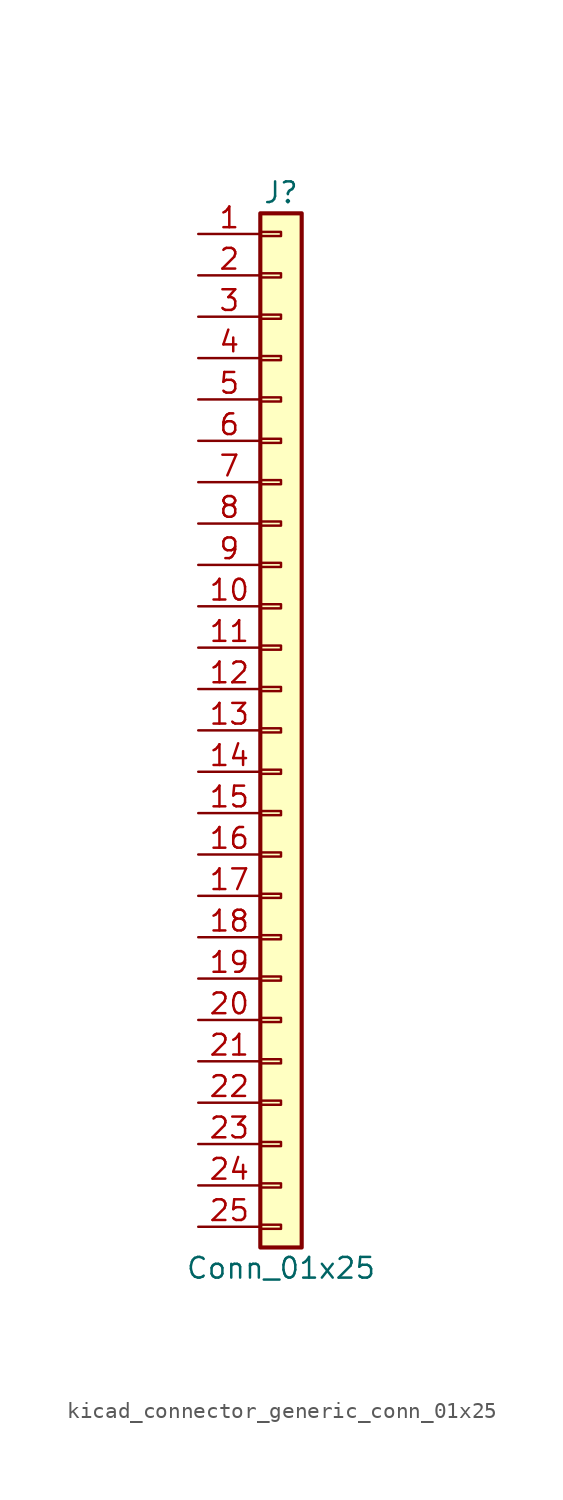
<source format=kicad_sym>
(kicad_symbol_lib
  (version 20220914)
  (generator kicad_symbol_editor)
  (symbol "kicad_connector_generic_conn_01x25"
    (pin_names
      (offset 1.016) hide)
    (property "Reference" "J"
      (at 0 33.02 0)
      (effects (font (size 1.27 1.27))))
    (property "Value" "Conn_01x25"
      (at 0 -33.02 0)
      (effects (font (size 1.27 1.27))))
    (symbol "kicad_connector_generic_conn_01x25_1_1"
      (rectangle (start -1.27 -30.353) (end 0 -30.607) (stroke (width 0.152) (type default)) (fill (type none)))
      (rectangle (start -1.27 -27.813) (end 0 -28.067) (stroke (width 0.152) (type default)) (fill (type none)))
      (rectangle (start -1.27 -25.273) (end 0 -25.527) (stroke (width 0.152) (type default)) (fill (type none)))
      (rectangle (start -1.27 -22.733) (end 0 -22.987) (stroke (width 0.152) (type default)) (fill (type none)))
      (rectangle (start -1.27 -20.193) (end 0 -20.447) (stroke (width 0.152) (type default)) (fill (type none)))
      (rectangle (start -1.27 -17.653) (end 0 -17.907) (stroke (width 0.152) (type default)) (fill (type none)))
      (rectangle (start -1.27 -15.113) (end 0 -15.367) (stroke (width 0.152) (type default)) (fill (type none)))
      (rectangle (start -1.27 -12.573) (end 0 -12.827) (stroke (width 0.152) (type default)) (fill (type none)))
      (rectangle (start -1.27 -10.033) (end 0 -10.287) (stroke (width 0.152) (type default)) (fill (type none)))
      (rectangle (start -1.27 -7.493) (end 0 -7.747) (stroke (width 0.152) (type default)) (fill (type none)))
      (rectangle (start -1.27 -4.953) (end 0 -5.207) (stroke (width 0.152) (type default)) (fill (type none)))
      (rectangle (start -1.27 -2.413) (end 0 -2.667) (stroke (width 0.152) (type default)) (fill (type none)))
      (rectangle (start -1.27 0.127) (end 0 -0.127) (stroke (width 0.152) (type default)) (fill (type none)))
      (rectangle (start -1.27 2.667) (end 0 2.413) (stroke (width 0.152) (type default)) (fill (type none)))
      (rectangle (start -1.27 5.207) (end 0 4.953) (stroke (width 0.152) (type default)) (fill (type none)))
      (rectangle (start -1.27 7.747) (end 0 7.493) (stroke (width 0.152) (type default)) (fill (type none)))
      (rectangle (start -1.27 10.287) (end 0 10.033) (stroke (width 0.152) (type default)) (fill (type none)))
      (rectangle (start -1.27 12.827) (end 0 12.573) (stroke (width 0.152) (type default)) (fill (type none)))
      (rectangle (start -1.27 15.367) (end 0 15.113) (stroke (width 0.152) (type default)) (fill (type none)))
      (rectangle (start -1.27 17.907) (end 0 17.653) (stroke (width 0.152) (type default)) (fill (type none)))
      (rectangle (start -1.27 20.447) (end 0 20.193) (stroke (width 0.152) (type default)) (fill (type none)))
      (rectangle (start -1.27 22.987) (end 0 22.733) (stroke (width 0.152) (type default)) (fill (type none)))
      (rectangle (start -1.27 25.527) (end 0 25.273) (stroke (width 0.152) (type default)) (fill (type none)))
      (rectangle (start -1.27 28.067) (end 0 27.813) (stroke (width 0.152) (type default)) (fill (type none)))
      (rectangle (start -1.27 30.607) (end 0 30.353) (stroke (width 0.152) (type default)) (fill (type none)))
      (rectangle (start -1.27 31.75) (end 1.27 -31.75) (stroke (width 0.254) (type default)) (fill (type background)))
      (pin passive line (at -5.08 30.48 0) (length 3.81) (name "Pin_1" (effects (font (size 1.27 1.27)))) (number "1" (effects (font (size 1.27 1.27)))))
      (pin passive line (at -5.08 7.62 0) (length 3.81) (name "Pin_10" (effects (font (size 1.27 1.27)))) (number "10" (effects (font (size 1.27 1.27)))))
      (pin passive line (at -5.08 5.08 0) (length 3.81) (name "Pin_11" (effects (font (size 1.27 1.27)))) (number "11" (effects (font (size 1.27 1.27)))))
      (pin passive line (at -5.08 2.54 0) (length 3.81) (name "Pin_12" (effects (font (size 1.27 1.27)))) (number "12" (effects (font (size 1.27 1.27)))))
      (pin passive line (at -5.08 0 0) (length 3.81) (name "Pin_13" (effects (font (size 1.27 1.27)))) (number "13" (effects (font (size 1.27 1.27)))))
      (pin passive line (at -5.08 -2.54 0) (length 3.81) (name "Pin_14" (effects (font (size 1.27 1.27)))) (number "14" (effects (font (size 1.27 1.27)))))
      (pin passive line (at -5.08 -5.08 0) (length 3.81) (name "Pin_15" (effects (font (size 1.27 1.27)))) (number "15" (effects (font (size 1.27 1.27)))))
      (pin passive line (at -5.08 -7.62 0) (length 3.81) (name "Pin_16" (effects (font (size 1.27 1.27)))) (number "16" (effects (font (size 1.27 1.27)))))
      (pin passive line (at -5.08 -10.16 0) (length 3.81) (name "Pin_17" (effects (font (size 1.27 1.27)))) (number "17" (effects (font (size 1.27 1.27)))))
      (pin passive line (at -5.08 -12.7 0) (length 3.81) (name "Pin_18" (effects (font (size 1.27 1.27)))) (number "18" (effects (font (size 1.27 1.27)))))
      (pin passive line (at -5.08 -15.24 0) (length 3.81) (name "Pin_19" (effects (font (size 1.27 1.27)))) (number "19" (effects (font (size 1.27 1.27)))))
      (pin passive line (at -5.08 27.94 0) (length 3.81) (name "Pin_2" (effects (font (size 1.27 1.27)))) (number "2" (effects (font (size 1.27 1.27)))))
      (pin passive line (at -5.08 -17.78 0) (length 3.81) (name "Pin_20" (effects (font (size 1.27 1.27)))) (number "20" (effects (font (size 1.27 1.27)))))
      (pin passive line (at -5.08 -20.32 0) (length 3.81) (name "Pin_21" (effects (font (size 1.27 1.27)))) (number "21" (effects (font (size 1.27 1.27)))))
      (pin passive line (at -5.08 -22.86 0) (length 3.81) (name "Pin_22" (effects (font (size 1.27 1.27)))) (number "22" (effects (font (size 1.27 1.27)))))
      (pin passive line (at -5.08 -25.4 0) (length 3.81) (name "Pin_23" (effects (font (size 1.27 1.27)))) (number "23" (effects (font (size 1.27 1.27)))))
      (pin passive line (at -5.08 -27.94 0) (length 3.81) (name "Pin_24" (effects (font (size 1.27 1.27)))) (number "24" (effects (font (size 1.27 1.27)))))
      (pin passive line (at -5.08 -30.48 0) (length 3.81) (name "Pin_25" (effects (font (size 1.27 1.27)))) (number "25" (effects (font (size 1.27 1.27)))))
      (pin passive line (at -5.08 25.4 0) (length 3.81) (name "Pin_3" (effects (font (size 1.27 1.27)))) (number "3" (effects (font (size 1.27 1.27)))))
      (pin passive line (at -5.08 22.86 0) (length 3.81) (name "Pin_4" (effects (font (size 1.27 1.27)))) (number "4" (effects (font (size 1.27 1.27)))))
      (pin passive line (at -5.08 20.32 0) (length 3.81) (name "Pin_5" (effects (font (size 1.27 1.27)))) (number "5" (effects (font (size 1.27 1.27)))))
      (pin passive line (at -5.08 17.78 0) (length 3.81) (name "Pin_6" (effects (font (size 1.27 1.27)))) (number "6" (effects (font (size 1.27 1.27)))))
      (pin passive line (at -5.08 15.24 0) (length 3.81) (name "Pin_7" (effects (font (size 1.27 1.27)))) (number "7" (effects (font (size 1.27 1.27)))))
      (pin passive line (at -5.08 12.7 0) (length 3.81) (name "Pin_8" (effects (font (size 1.27 1.27)))) (number "8" (effects (font (size 1.27 1.27)))))
      (pin passive line (at -5.08 10.16 0) (length 3.81) (name "Pin_9" (effects (font (size 1.27 1.27)))) (number "9" (effects (font (size 1.27 1.27))))))))
</source>
